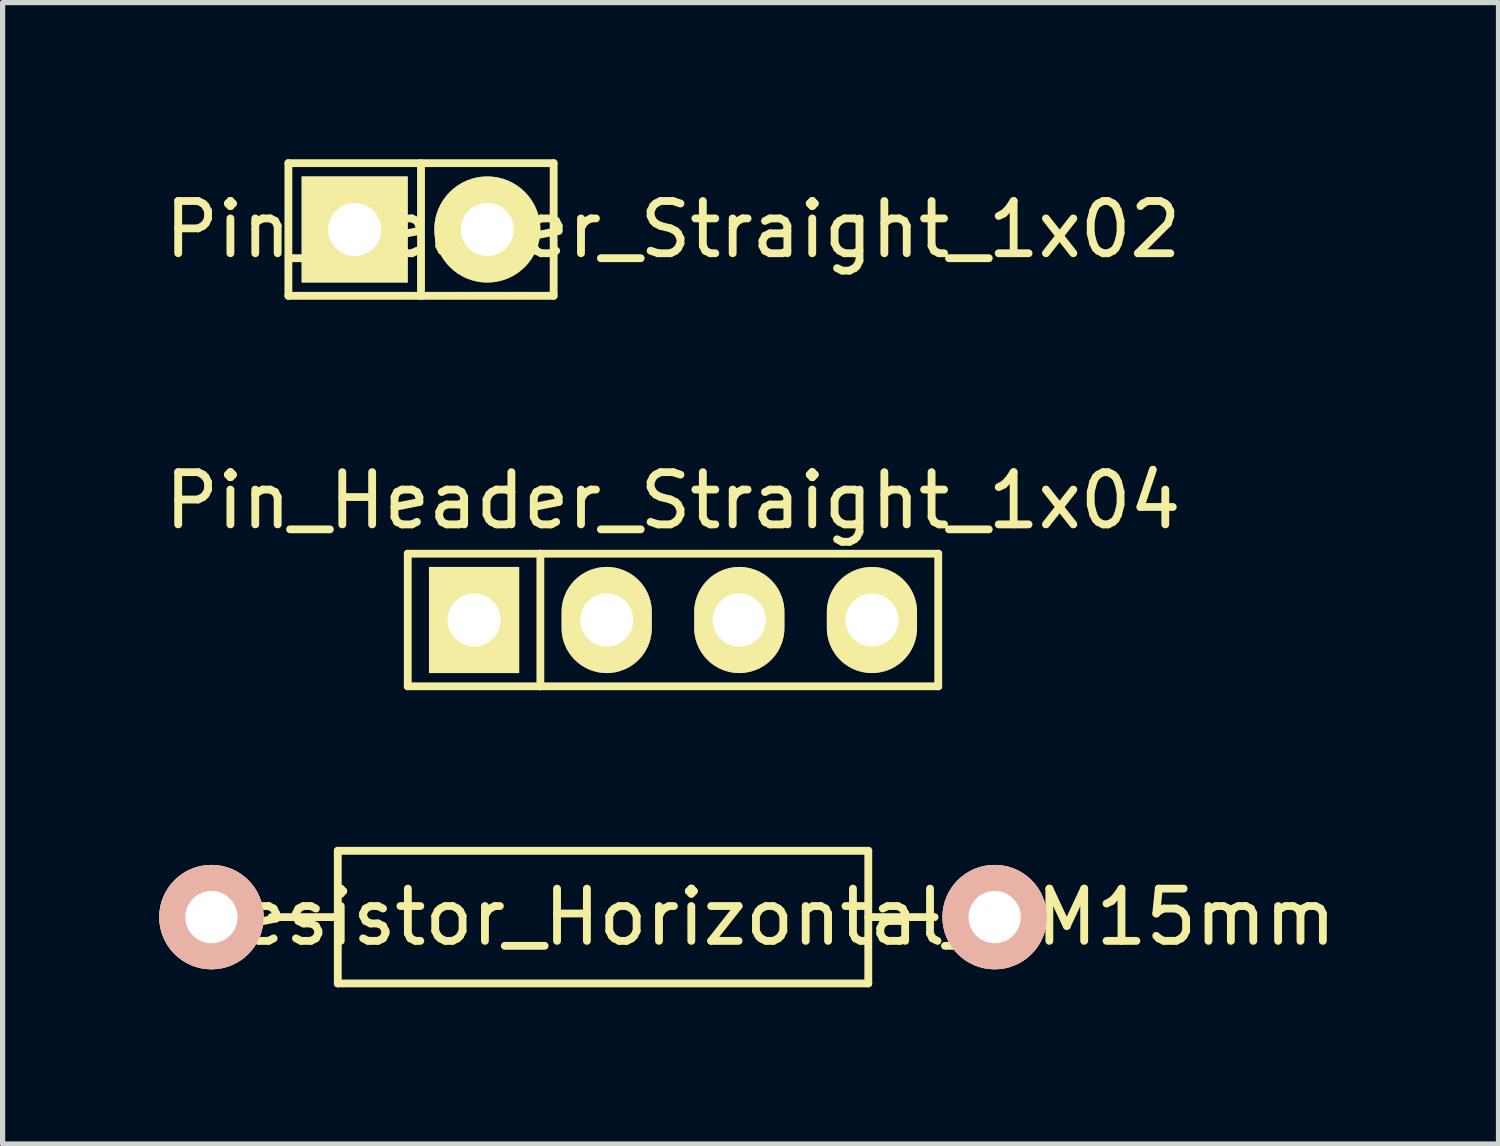
<source format=kicad_pcb>
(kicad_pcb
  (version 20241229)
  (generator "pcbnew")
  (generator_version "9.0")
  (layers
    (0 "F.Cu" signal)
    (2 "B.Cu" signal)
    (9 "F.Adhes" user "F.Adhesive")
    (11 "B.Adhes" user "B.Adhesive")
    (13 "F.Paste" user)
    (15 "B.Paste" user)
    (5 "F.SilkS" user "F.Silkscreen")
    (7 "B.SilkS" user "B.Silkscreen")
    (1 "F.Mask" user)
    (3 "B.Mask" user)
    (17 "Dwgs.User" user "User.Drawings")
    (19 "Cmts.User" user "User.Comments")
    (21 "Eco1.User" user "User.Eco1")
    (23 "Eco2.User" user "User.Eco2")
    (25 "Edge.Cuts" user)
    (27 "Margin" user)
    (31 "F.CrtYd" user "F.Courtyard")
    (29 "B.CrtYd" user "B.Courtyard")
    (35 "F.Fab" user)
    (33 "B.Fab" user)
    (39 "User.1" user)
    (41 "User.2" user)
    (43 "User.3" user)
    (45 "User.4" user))
  (footprint "Resistor_Horizontal_RM15mm"
    (layer "F.Cu")
    (at 8.499 14.514)
    (property "Reference" "Resistor_Horizontal_RM15mm" (at 3.048 0 0) (layer "F.SilkS") (effects (font (size 1 1) (thickness 0.15))))
    (attr through_hole)
    (fp_line (start -6.35 0) (end -5.08 0) (stroke (width 0.15) (type solid)) (layer "F.SilkS"))
    (fp_line (start -5.08 -1.27) (end -5.08 1.27) (stroke (width 0.15) (type solid)) (layer "F.SilkS"))
    (fp_line (start -5.08 1.27) (end 5.08 1.27) (stroke (width 0.15) (type solid)) (layer "F.SilkS"))
    (fp_line (start 5.08 -1.27) (end -5.08 -1.27) (stroke (width 0.15) (type solid)) (layer "F.SilkS"))
    (fp_line (start 5.08 1.27) (end 5.08 -1.27) (stroke (width 0.15) (type solid)) (layer "F.SilkS"))
    (fp_line (start 6.35 0) (end 5.08 0) (stroke (width 0.15) (type solid)) (layer "F.SilkS"))
    (pad "1" thru_hole circle (at -7.5 0) (size 1.999 1.999) (drill 1.001) (layers "*.Cu" "*.SilkS" "*.Mask"))
    (pad "2" thru_hole circle (at 7.5 0) (size 1.999 1.999) (drill 1.001) (layers "*.Cu" "*.SilkS" "*.Mask")))
  (footprint "Pin_Header_Straight_1x02"
    (layer "F.Cu")
    (at 5.013 1.345)
    (property "Reference" "Pin_Header_Straight_1x02" (at 4.826 0 0) (layer "F.SilkS") (effects (font (size 1 1) (thickness 0.15))))
    (attr through_hole)
    (fp_line (start -2.54 -1.27) (end -2.54 1.27) (stroke (width 0.15) (type solid)) (layer "F.SilkS"))
    (fp_line (start -2.54 1.27) (end 0 1.27) (stroke (width 0.15) (type solid)) (layer "F.SilkS"))
    (fp_line (start 0 -1.27) (end 0 1.27) (stroke (width 0.15) (type solid)) (layer "F.SilkS"))
    (fp_line (start 0 1.27) (end 2.54 1.27) (stroke (width 0.15) (type solid)) (layer "F.SilkS"))
    (fp_line (start 2.54 -1.27) (end -2.54 -1.27) (stroke (width 0.15) (type solid)) (layer "F.SilkS"))
    (fp_line (start 2.54 1.27) (end 2.54 -1.27) (stroke (width 0.15) (type solid)) (layer "F.SilkS"))
    (pad "1" thru_hole rect (at -1.27 0) (size 2.032 2.032) (drill 1.016) (layers "*.Cu" "*.Mask" "F.SilkS"))
    (pad "2" thru_hole oval (at 1.27 0) (size 2.032 2.032) (drill 1.016) (layers "*.Cu" "*.Mask" "F.SilkS")))
  (footprint "Pin_Header_Straight_1x04"
    (layer "F.Cu")
    (at 9.839 8.824)
    (property "Reference" "Pin_Header_Straight_1x04" (at 0 -2.286 0) (layer "F.SilkS") (effects (font (size 1 1) (thickness 0.15))))
    (attr through_hole)
    (fp_line (start -5.08 -1.27) (end -5.08 1.27) (stroke (width 0.15) (type solid)) (layer "F.SilkS"))
    (fp_line (start -5.08 -1.27) (end -2.54 -1.27) (stroke (width 0.15) (type solid)) (layer "F.SilkS"))
    (fp_line (start -5.08 1.27) (end -2.54 1.27) (stroke (width 0.15) (type solid)) (layer "F.SilkS"))
    (fp_line (start -2.54 -1.27) (end -2.54 1.27) (stroke (width 0.15) (type solid)) (layer "F.SilkS"))
    (fp_line (start -2.54 -1.27) (end 5.08 -1.27) (stroke (width 0.15) (type solid)) (layer "F.SilkS"))
    (fp_line (start -2.54 1.27) (end 5.08 1.27) (stroke (width 0.15) (type solid)) (layer "F.SilkS"))
    (fp_line (start 5.08 1.27) (end 5.08 -1.27) (stroke (width 0.15) (type solid)) (layer "F.SilkS"))
    (pad "1" thru_hole rect (at -3.81 0) (size 1.727 2.032) (drill 1.016) (layers "*.Cu" "*.Mask" "F.SilkS"))
    (pad "2" thru_hole oval (at -1.27 0) (size 1.727 2.032) (drill 1.016) (layers "*.Cu" "*.Mask" "F.SilkS"))
    (pad "3" thru_hole oval (at 1.27 0) (size 1.727 2.032) (drill 1.016) (layers "*.Cu" "*.Mask" "F.SilkS"))
    (pad "4" thru_hole oval (at 3.81 0) (size 1.727 2.032) (drill 1.016) (layers "*.Cu" "*.Mask" "F.SilkS")))
  (gr_rect
    (start -3 -3)
    (end 25.649 18.859)
    (stroke (width 0.1) (type default))
    (fill no)
    (layer "Edge.Cuts")))
</source>
